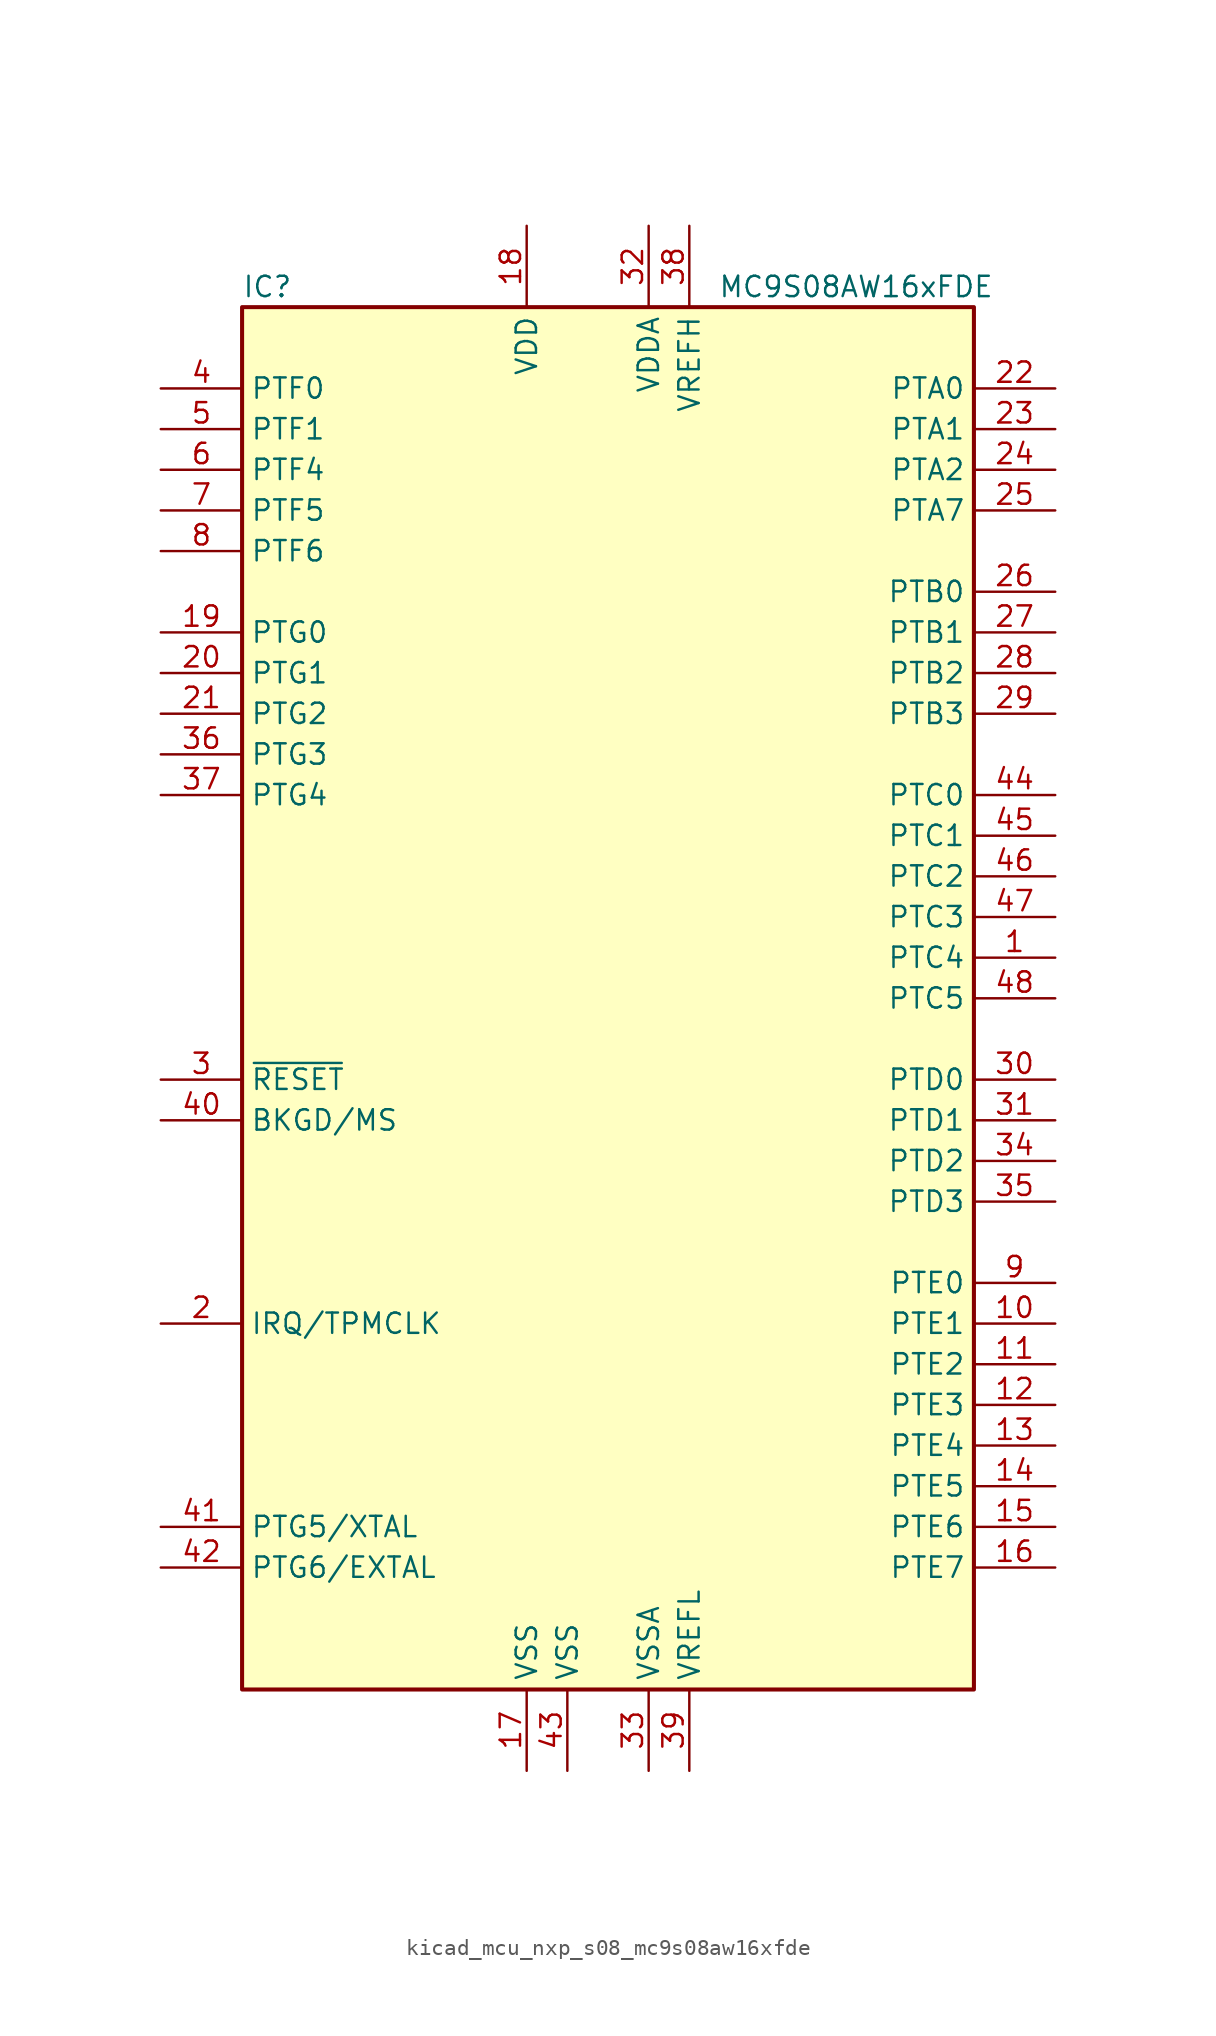
<source format=kicad_sym>
(kicad_symbol_lib
  (version 20220914)
  (generator kicad_symbol_editor)
  (symbol "kicad_mcu_nxp_s08_mc9s08aw16xfde"
    (property "Reference" "IC"
      (at -22.86 44.45 0)
      (effects (font (size 1.27 1.27)) (justify left)))
    (property "Value" "MC9S08AW16xFDE"
      (at 24.13 44.45 0)
      (effects (font (size 1.27 1.27)) (justify right)))
    (symbol "kicad_mcu_nxp_s08_mc9s08aw16xfde_0_1"
      (rectangle (start -22.86 43.18) (end 22.86 -43.18) (stroke (width 0.254) (type default)) (fill (type background))))
    (symbol "kicad_mcu_nxp_s08_mc9s08aw16xfde_1_1"
      (pin bidirectional line (at 27.94 2.54 180) (length 5.08) (name "PTC4" (effects (font (size 1.27 1.27)))) (number "1" (effects (font (size 1.27 1.27)))))
      (pin bidirectional line (at 27.94 -20.32 180) (length 5.08) (name "PTE1" (effects (font (size 1.27 1.27)))) (number "10" (effects (font (size 1.27 1.27)))))
      (pin bidirectional line (at 27.94 -22.86 180) (length 5.08) (name "PTE2" (effects (font (size 1.27 1.27)))) (number "11" (effects (font (size 1.27 1.27)))))
      (pin bidirectional line (at 27.94 -25.4 180) (length 5.08) (name "PTE3" (effects (font (size 1.27 1.27)))) (number "12" (effects (font (size 1.27 1.27)))))
      (pin bidirectional line (at 27.94 -27.94 180) (length 5.08) (name "PTE4" (effects (font (size 1.27 1.27)))) (number "13" (effects (font (size 1.27 1.27)))))
      (pin bidirectional line (at 27.94 -30.48 180) (length 5.08) (name "PTE5" (effects (font (size 1.27 1.27)))) (number "14" (effects (font (size 1.27 1.27)))))
      (pin bidirectional line (at 27.94 -33.02 180) (length 5.08) (name "PTE6" (effects (font (size 1.27 1.27)))) (number "15" (effects (font (size 1.27 1.27)))))
      (pin bidirectional line (at 27.94 -35.56 180) (length 5.08) (name "PTE7" (effects (font (size 1.27 1.27)))) (number "16" (effects (font (size 1.27 1.27)))))
      (pin power_in line (at -5.08 -48.26 90) (length 5.08) (name "VSS" (effects (font (size 1.27 1.27)))) (number "17" (effects (font (size 1.27 1.27)))))
      (pin power_in line (at -5.08 48.26 270) (length 5.08) (name "VDD" (effects (font (size 1.27 1.27)))) (number "18" (effects (font (size 1.27 1.27)))))
      (pin bidirectional line (at -27.94 22.86 0) (length 5.08) (name "PTG0" (effects (font (size 1.27 1.27)))) (number "19" (effects (font (size 1.27 1.27)))))
      (pin input line (at -27.94 -20.32 0) (length 5.08) (name "IRQ/TPMCLK" (effects (font (size 1.27 1.27)))) (number "2" (effects (font (size 1.27 1.27)))))
      (pin bidirectional line (at -27.94 20.32 0) (length 5.08) (name "PTG1" (effects (font (size 1.27 1.27)))) (number "20" (effects (font (size 1.27 1.27)))))
      (pin bidirectional line (at -27.94 17.78 0) (length 5.08) (name "PTG2" (effects (font (size 1.27 1.27)))) (number "21" (effects (font (size 1.27 1.27)))))
      (pin bidirectional line (at 27.94 38.1 180) (length 5.08) (name "PTA0" (effects (font (size 1.27 1.27)))) (number "22" (effects (font (size 1.27 1.27)))))
      (pin bidirectional line (at 27.94 35.56 180) (length 5.08) (name "PTA1" (effects (font (size 1.27 1.27)))) (number "23" (effects (font (size 1.27 1.27)))))
      (pin bidirectional line (at 27.94 33.02 180) (length 5.08) (name "PTA2" (effects (font (size 1.27 1.27)))) (number "24" (effects (font (size 1.27 1.27)))))
      (pin bidirectional line (at 27.94 30.48 180) (length 5.08) (name "PTA7" (effects (font (size 1.27 1.27)))) (number "25" (effects (font (size 1.27 1.27)))))
      (pin bidirectional line (at 27.94 25.4 180) (length 5.08) (name "PTB0" (effects (font (size 1.27 1.27)))) (number "26" (effects (font (size 1.27 1.27)))))
      (pin bidirectional line (at 27.94 22.86 180) (length 5.08) (name "PTB1" (effects (font (size 1.27 1.27)))) (number "27" (effects (font (size 1.27 1.27)))))
      (pin bidirectional line (at 27.94 20.32 180) (length 5.08) (name "PTB2" (effects (font (size 1.27 1.27)))) (number "28" (effects (font (size 1.27 1.27)))))
      (pin bidirectional line (at 27.94 17.78 180) (length 5.08) (name "PTB3" (effects (font (size 1.27 1.27)))) (number "29" (effects (font (size 1.27 1.27)))))
      (pin input line (at -27.94 -5.08 0) (length 5.08) (name "~{RESET}" (effects (font (size 1.27 1.27)))) (number "3" (effects (font (size 1.27 1.27)))))
      (pin bidirectional line (at 27.94 -5.08 180) (length 5.08) (name "PTD0" (effects (font (size 1.27 1.27)))) (number "30" (effects (font (size 1.27 1.27)))))
      (pin bidirectional line (at 27.94 -7.62 180) (length 5.08) (name "PTD1" (effects (font (size 1.27 1.27)))) (number "31" (effects (font (size 1.27 1.27)))))
      (pin power_in line (at 2.54 48.26 270) (length 5.08) (name "VDDA" (effects (font (size 1.27 1.27)))) (number "32" (effects (font (size 1.27 1.27)))))
      (pin power_in line (at 2.54 -48.26 90) (length 5.08) (name "VSSA" (effects (font (size 1.27 1.27)))) (number "33" (effects (font (size 1.27 1.27)))))
      (pin bidirectional line (at 27.94 -10.16 180) (length 5.08) (name "PTD2" (effects (font (size 1.27 1.27)))) (number "34" (effects (font (size 1.27 1.27)))))
      (pin bidirectional line (at 27.94 -12.7 180) (length 5.08) (name "PTD3" (effects (font (size 1.27 1.27)))) (number "35" (effects (font (size 1.27 1.27)))))
      (pin bidirectional line (at -27.94 15.24 0) (length 5.08) (name "PTG3" (effects (font (size 1.27 1.27)))) (number "36" (effects (font (size 1.27 1.27)))))
      (pin bidirectional line (at -27.94 12.7 0) (length 5.08) (name "PTG4" (effects (font (size 1.27 1.27)))) (number "37" (effects (font (size 1.27 1.27)))))
      (pin power_in line (at 5.08 48.26 270) (length 5.08) (name "VREFH" (effects (font (size 1.27 1.27)))) (number "38" (effects (font (size 1.27 1.27)))))
      (pin power_in line (at 5.08 -48.26 90) (length 5.08) (name "VREFL" (effects (font (size 1.27 1.27)))) (number "39" (effects (font (size 1.27 1.27)))))
      (pin bidirectional line (at -27.94 38.1 0) (length 5.08) (name "PTF0" (effects (font (size 1.27 1.27)))) (number "4" (effects (font (size 1.27 1.27)))))
      (pin bidirectional line (at -27.94 -7.62 0) (length 5.08) (name "BKGD/MS" (effects (font (size 1.27 1.27)))) (number "40" (effects (font (size 1.27 1.27)))))
      (pin bidirectional line (at -27.94 -33.02 0) (length 5.08) (name "PTG5/XTAL" (effects (font (size 1.27 1.27)))) (number "41" (effects (font (size 1.27 1.27)))))
      (pin bidirectional line (at -27.94 -35.56 0) (length 5.08) (name "PTG6/EXTAL" (effects (font (size 1.27 1.27)))) (number "42" (effects (font (size 1.27 1.27)))))
      (pin power_in line (at -2.54 -48.26 90) (length 5.08) (name "VSS" (effects (font (size 1.27 1.27)))) (number "43" (effects (font (size 1.27 1.27)))))
      (pin bidirectional line (at 27.94 12.7 180) (length 5.08) (name "PTC0" (effects (font (size 1.27 1.27)))) (number "44" (effects (font (size 1.27 1.27)))))
      (pin bidirectional line (at 27.94 10.16 180) (length 5.08) (name "PTC1" (effects (font (size 1.27 1.27)))) (number "45" (effects (font (size 1.27 1.27)))))
      (pin bidirectional line (at 27.94 7.62 180) (length 5.08) (name "PTC2" (effects (font (size 1.27 1.27)))) (number "46" (effects (font (size 1.27 1.27)))))
      (pin bidirectional line (at 27.94 5.08 180) (length 5.08) (name "PTC3" (effects (font (size 1.27 1.27)))) (number "47" (effects (font (size 1.27 1.27)))))
      (pin bidirectional line (at 27.94 0 180) (length 5.08) (name "PTC5" (effects (font (size 1.27 1.27)))) (number "48" (effects (font (size 1.27 1.27)))))
      (pin bidirectional line (at -27.94 35.56 0) (length 5.08) (name "PTF1" (effects (font (size 1.27 1.27)))) (number "5" (effects (font (size 1.27 1.27)))))
      (pin bidirectional line (at -27.94 33.02 0) (length 5.08) (name "PTF4" (effects (font (size 1.27 1.27)))) (number "6" (effects (font (size 1.27 1.27)))))
      (pin bidirectional line (at -27.94 30.48 0) (length 5.08) (name "PTF5" (effects (font (size 1.27 1.27)))) (number "7" (effects (font (size 1.27 1.27)))))
      (pin bidirectional line (at -27.94 27.94 0) (length 5.08) (name "PTF6" (effects (font (size 1.27 1.27)))) (number "8" (effects (font (size 1.27 1.27)))))
      (pin bidirectional line (at 27.94 -17.78 180) (length 5.08) (name "PTE0" (effects (font (size 1.27 1.27)))) (number "9" (effects (font (size 1.27 1.27))))))))
</source>
